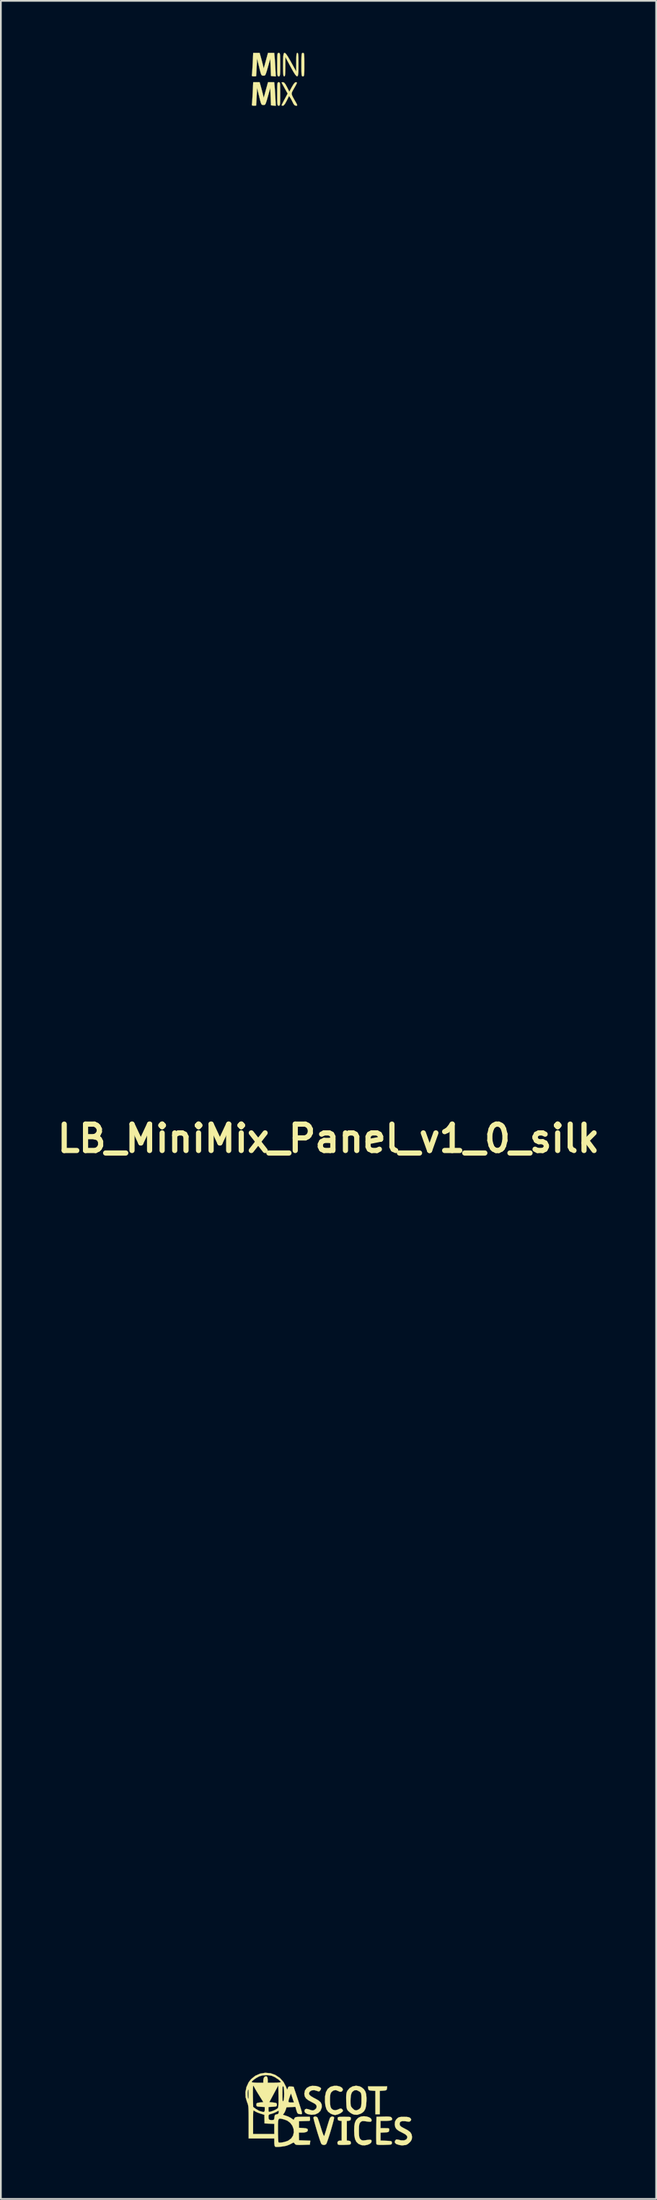
<source format=kicad_pcb>
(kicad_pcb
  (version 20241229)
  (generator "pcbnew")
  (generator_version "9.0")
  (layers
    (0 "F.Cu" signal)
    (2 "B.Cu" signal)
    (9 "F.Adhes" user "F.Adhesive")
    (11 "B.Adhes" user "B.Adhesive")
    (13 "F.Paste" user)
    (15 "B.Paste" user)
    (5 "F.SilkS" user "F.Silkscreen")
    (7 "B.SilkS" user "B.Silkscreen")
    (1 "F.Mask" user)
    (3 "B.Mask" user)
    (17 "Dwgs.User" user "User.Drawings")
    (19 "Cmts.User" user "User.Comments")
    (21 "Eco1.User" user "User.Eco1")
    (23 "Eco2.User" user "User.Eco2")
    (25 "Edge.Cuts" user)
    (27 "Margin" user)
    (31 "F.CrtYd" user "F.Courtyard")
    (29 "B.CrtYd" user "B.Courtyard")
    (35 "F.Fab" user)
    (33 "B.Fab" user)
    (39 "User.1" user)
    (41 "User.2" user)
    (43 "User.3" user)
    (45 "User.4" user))
  (footprint "LB_MiniMix_Panel_v1_0_silk"
    (layer "F.Cu")
    (at 15.937 62.701)
    (property "Reference" "LB_MiniMix_Panel_v1_0_silk" (at 0 0 0) (layer "F.SilkS") (effects (font (size 1.524 1.524) (thickness 0.3))))
    (attr through_hole)
    (fp_poly (pts (xy 3.379 54.853) (xy 3.363 54.925) (xy 3.32 54.961) (xy 3.226 54.978) (xy 3.164 54.983) (xy 2.963 54.996) (xy 2.963 56.346) (xy 2.709 56.346) (xy 2.709 54.996) (xy 2.508 54.983) (xy 2.386 54.97) (xy 2.324 54.944) (xy 2.299 54.889) (xy 2.294 54.853) (xy 2.28 54.737) (xy 3.392 54.737) (xy 3.379 54.853)) (stroke (width 0.01) (type solid)) (fill yes) (layer "F.SilkS"))
    (fp_poly (pts (xy -2.847 -62.692) (xy -2.824 -62.672) (xy -2.809 -62.624) (xy -2.8 -62.535) (xy -2.796 -62.394) (xy -2.794 -62.188) (xy -2.794 -62.018) (xy -2.794 -61.765) (xy -2.797 -61.584) (xy -2.803 -61.464) (xy -2.814 -61.391) (xy -2.832 -61.355) (xy -2.857 -61.342) (xy -2.879 -61.341) (xy -2.91 -61.345) (xy -2.933 -61.365) (xy -2.948 -61.413) (xy -2.957 -61.502) (xy -2.962 -61.643) (xy -2.963 -61.849) (xy -2.963 -62.018) (xy -2.963 -62.272) (xy -2.96 -62.452) (xy -2.954 -62.573) (xy -2.943 -62.645) (xy -2.926 -62.682) (xy -2.9 -62.694) (xy -2.879 -62.696) (xy -2.847 -62.692)) (stroke (width 0.01) (type solid)) (fill yes) (layer "F.SilkS"))
    (fp_poly (pts (xy -2.847 -60.998) (xy -2.824 -60.978) (xy -2.809 -60.93) (xy -2.8 -60.842) (xy -2.796 -60.7) (xy -2.794 -60.494) (xy -2.794 -60.325) (xy -2.794 -60.072) (xy -2.797 -59.891) (xy -2.803 -59.77) (xy -2.814 -59.698) (xy -2.832 -59.662) (xy -2.857 -59.649) (xy -2.879 -59.648) (xy -2.91 -59.652) (xy -2.933 -59.672) (xy -2.948 -59.72) (xy -2.957 -59.808) (xy -2.962 -59.95) (xy -2.963 -60.156) (xy -2.963 -60.325) (xy -2.963 -60.578) (xy -2.96 -60.759) (xy -2.954 -60.88) (xy -2.943 -60.952) (xy -2.926 -60.988) (xy -2.9 -61.001) (xy -2.879 -61.002) (xy -2.847 -60.998)) (stroke (width 0.01) (type solid)) (fill yes) (layer "F.SilkS"))
    (fp_poly (pts (xy -1.45 -62.692) (xy -1.427 -62.672) (xy -1.412 -62.624) (xy -1.403 -62.535) (xy -1.399 -62.394) (xy -1.397 -62.188) (xy -1.397 -62.018) (xy -1.397 -61.765) (xy -1.4 -61.584) (xy -1.406 -61.464) (xy -1.417 -61.391) (xy -1.435 -61.355) (xy -1.46 -61.342) (xy -1.482 -61.341) (xy -1.513 -61.345) (xy -1.536 -61.365) (xy -1.551 -61.413) (xy -1.56 -61.502) (xy -1.565 -61.643) (xy -1.566 -61.849) (xy -1.566 -62.018) (xy -1.566 -62.272) (xy -1.563 -62.452) (xy -1.557 -62.573) (xy -1.546 -62.645) (xy -1.529 -62.682) (xy -1.503 -62.694) (xy -1.482 -62.696) (xy -1.45 -62.692)) (stroke (width 0.01) (type solid)) (fill yes) (layer "F.SilkS"))
    (fp_poly (pts (xy 1.091 56.495) (xy 1.203 56.5) (xy 1.262 56.515) (xy 1.287 56.544) (xy 1.291 56.59) (xy 1.291 56.6) (xy 1.273 56.681) (xy 1.201 56.715) (xy 1.175 56.719) (xy 1.058 56.732) (xy 1.058 57.864) (xy 1.175 57.877) (xy 1.262 57.904) (xy 1.29 57.973) (xy 1.291 57.997) (xy 1.288 58.047) (xy 1.266 58.079) (xy 1.21 58.098) (xy 1.102 58.108) (xy 0.928 58.114) (xy 0.92 58.115) (xy 0.735 58.118) (xy 0.618 58.112) (xy 0.553 58.095) (xy 0.525 58.063) (xy 0.524 58.062) (xy 0.517 57.955) (xy 0.579 57.885) (xy 0.655 57.87) (xy 0.762 57.87) (xy 0.762 56.732) (xy 0.646 56.719) (xy 0.558 56.692) (xy 0.53 56.623) (xy 0.529 56.6) (xy 0.532 56.55) (xy 0.552 56.518) (xy 0.605 56.502) (xy 0.708 56.495) (xy 0.877 56.494) (xy 0.91 56.494) (xy 1.091 56.495)) (stroke (width 0.01) (type solid)) (fill yes) (layer "F.SilkS"))
    (fp_poly (pts (xy -1.775 -62.684) (xy -1.758 -62.643) (xy -1.746 -62.56) (xy -1.739 -62.425) (xy -1.736 -62.225) (xy -1.736 -62.018) (xy -1.738 -61.74) (xy -1.746 -61.535) (xy -1.765 -61.403) (xy -1.799 -61.344) (xy -1.852 -61.358) (xy -1.928 -61.447) (xy -2.031 -61.61) (xy -2.165 -61.849) (xy -2.284 -62.069) (xy -2.496 -62.463) (xy -2.497 -61.902) (xy -2.499 -61.67) (xy -2.504 -61.511) (xy -2.514 -61.411) (xy -2.531 -61.359) (xy -2.556 -61.341) (xy -2.561 -61.341) (xy -2.585 -61.352) (xy -2.603 -61.393) (xy -2.614 -61.476) (xy -2.621 -61.612) (xy -2.624 -61.812) (xy -2.625 -62.018) (xy -2.623 -62.29) (xy -2.615 -62.493) (xy -2.596 -62.629) (xy -2.564 -62.695) (xy -2.513 -62.691) (xy -2.44 -62.616) (xy -2.341 -62.469) (xy -2.212 -62.248) (xy -2.049 -61.954) (xy -2.003 -61.87) (xy -1.865 -61.616) (xy -1.864 -62.156) (xy -1.862 -62.383) (xy -1.856 -62.537) (xy -1.845 -62.633) (xy -1.827 -62.681) (xy -1.801 -62.696) (xy -1.799 -62.696) (xy -1.775 -62.684)) (stroke (width 0.01) (type solid)) (fill yes) (layer "F.SilkS"))
    (fp_poly (pts (xy 0.507 54.708) (xy 0.66 54.746) (xy 0.772 54.811) (xy 0.827 54.894) (xy 0.822 54.963) (xy 0.756 55.04) (xy 0.656 55.048) (xy 0.58 55.012) (xy 0.433 54.952) (xy 0.29 54.969) (xy 0.172 55.06) (xy 0.127 55.132) (xy 0.101 55.221) (xy 0.088 55.35) (xy 0.085 55.529) (xy 0.091 55.751) (xy 0.114 55.905) (xy 0.159 56.006) (xy 0.231 56.07) (xy 0.287 56.096) (xy 0.392 56.115) (xy 0.511 56.087) (xy 0.561 56.066) (xy 0.667 56.022) (xy 0.729 56.017) (xy 0.779 56.048) (xy 0.792 56.061) (xy 0.837 56.124) (xy 0.816 56.183) (xy 0.801 56.202) (xy 0.698 56.282) (xy 0.553 56.35) (xy 0.406 56.386) (xy 0.371 56.388) (xy 0.27 56.368) (xy 0.147 56.32) (xy 0.126 56.309) (xy -0.02 56.201) (xy -0.119 56.052) (xy -0.179 55.847) (xy -0.203 55.631) (xy -0.199 55.314) (xy -0.146 55.065) (xy -0.043 54.882) (xy 0.111 54.763) (xy 0.317 54.706) (xy 0.33 54.705) (xy 0.507 54.708)) (stroke (width 0.01) (type solid)) (fill yes) (layer "F.SilkS"))
    (fp_poly (pts (xy 3.513 56.485) (xy 3.593 56.503) (xy 3.638 56.533) (xy 3.639 56.534) (xy 3.685 56.618) (xy 3.659 56.677) (xy 3.557 56.712) (xy 3.377 56.726) (xy 3.324 56.727) (xy 3.006 56.727) (xy 3.006 57.15) (xy 3.262 57.15) (xy 3.404 57.152) (xy 3.479 57.162) (xy 3.508 57.192) (xy 3.508 57.248) (xy 3.506 57.266) (xy 3.492 57.332) (xy 3.457 57.369) (xy 3.378 57.387) (xy 3.249 57.396) (xy 3.006 57.408) (xy 3.006 57.866) (xy 3.334 57.878) (xy 3.499 57.886) (xy 3.596 57.898) (xy 3.644 57.919) (xy 3.66 57.958) (xy 3.662 57.997) (xy 3.659 58.044) (xy 3.641 58.075) (xy 3.591 58.094) (xy 3.495 58.105) (xy 3.338 58.111) (xy 3.227 58.115) (xy 3.017 58.118) (xy 2.879 58.112) (xy 2.801 58.096) (xy 2.771 58.071) (xy 2.765 58.012) (xy 2.761 57.883) (xy 2.758 57.7) (xy 2.759 57.475) (xy 2.761 57.254) (xy 2.773 56.494) (xy 3.179 56.482) (xy 3.38 56.479) (xy 3.513 56.485)) (stroke (width 0.01) (type solid)) (fill yes) (layer "F.SilkS"))
    (fp_poly (pts (xy 2.2 56.477) (xy 2.341 56.52) (xy 2.444 56.585) (xy 2.49 56.669) (xy 2.49 56.697) (xy 2.477 56.746) (xy 2.446 56.773) (xy 2.38 56.779) (xy 2.262 56.769) (xy 2.095 56.745) (xy 1.971 56.737) (xy 1.891 56.766) (xy 1.841 56.812) (xy 1.8 56.87) (xy 1.775 56.947) (xy 1.761 57.062) (xy 1.757 57.237) (xy 1.757 57.298) (xy 1.76 57.493) (xy 1.77 57.623) (xy 1.792 57.708) (xy 1.828 57.769) (xy 1.841 57.784) (xy 1.914 57.844) (xy 2.004 57.86) (xy 2.095 57.851) (xy 2.275 57.826) (xy 2.388 57.817) (xy 2.45 57.825) (xy 2.479 57.854) (xy 2.49 57.899) (xy 2.464 57.984) (xy 2.374 58.059) (xy 2.242 58.114) (xy 2.089 58.141) (xy 1.936 58.134) (xy 1.89 58.123) (xy 1.727 58.05) (xy 1.611 57.939) (xy 1.534 57.779) (xy 1.493 57.558) (xy 1.482 57.29) (xy 1.491 57.032) (xy 1.523 56.841) (xy 1.584 56.699) (xy 1.68 56.59) (xy 1.758 56.531) (xy 1.888 56.478) (xy 2.043 56.461) (xy 2.2 56.477)) (stroke (width 0.01) (type solid)) (fill yes) (layer "F.SilkS"))
    (fp_poly (pts (xy 0.311 56.513) (xy 0.322 56.532) (xy 0.317 56.589) (xy 0.29 56.711) (xy 0.246 56.88) (xy 0.189 57.082) (xy 0.126 57.3) (xy 0.059 57.518) (xy -0.006 57.721) (xy -0.063 57.891) (xy -0.109 58.014) (xy -0.138 58.071) (xy -0.22 58.117) (xy -0.323 58.115) (xy -0.405 58.067) (xy -0.417 58.05) (xy -0.451 57.966) (xy -0.501 57.825) (xy -0.561 57.641) (xy -0.627 57.433) (xy -0.693 57.214) (xy -0.755 57.001) (xy -0.808 56.81) (xy -0.848 56.656) (xy -0.869 56.557) (xy -0.871 56.528) (xy -0.815 56.481) (xy -0.728 56.478) (xy -0.651 56.52) (xy -0.646 56.526) (xy -0.618 56.584) (xy -0.574 56.707) (xy -0.517 56.878) (xy -0.454 57.079) (xy -0.442 57.12) (xy -0.381 57.313) (xy -0.326 57.468) (xy -0.282 57.571) (xy -0.255 57.609) (xy -0.251 57.606) (xy -0.228 57.546) (xy -0.188 57.422) (xy -0.136 57.255) (xy -0.086 57.087) (xy -0.027 56.893) (xy 0.026 56.725) (xy 0.068 56.602) (xy 0.091 56.547) (xy 0.157 56.488) (xy 0.243 56.476) (xy 0.311 56.513)) (stroke (width 0.01) (type solid)) (fill yes) (layer "F.SilkS"))
    (fp_poly (pts (xy -2.564 -60.976) (xy -2.493 -60.89) (xy -2.406 -60.735) (xy -2.403 -60.728) (xy -2.264 -60.453) (xy -2.116 -60.728) (xy -2.018 -60.891) (xy -1.937 -60.983) (xy -1.894 -61.002) (xy -1.848 -60.998) (xy -1.829 -60.978) (xy -1.841 -60.927) (xy -1.888 -60.833) (xy -1.974 -60.681) (xy -1.993 -60.649) (xy -2.068 -60.517) (xy -2.115 -60.422) (xy -2.13 -60.342) (xy -2.112 -60.256) (xy -2.06 -60.144) (xy -1.971 -59.986) (xy -1.929 -59.912) (xy -1.852 -59.776) (xy -1.815 -59.697) (xy -1.813 -59.659) (xy -1.844 -59.648) (xy -1.878 -59.648) (xy -1.957 -59.672) (xy -2.023 -59.756) (xy -2.051 -59.811) (xy -2.119 -59.949) (xy -2.191 -60.076) (xy -2.202 -60.093) (xy -2.28 -60.212) (xy -2.419 -59.93) (xy -2.514 -59.758) (xy -2.591 -59.666) (xy -2.634 -59.648) (xy -2.698 -59.659) (xy -2.709 -59.672) (xy -2.691 -59.718) (xy -2.641 -59.82) (xy -2.569 -59.959) (xy -2.535 -60.022) (xy -2.361 -60.346) (xy -2.535 -60.659) (xy -2.614 -60.803) (xy -2.675 -60.916) (xy -2.707 -60.98) (xy -2.709 -60.987) (xy -2.674 -61) (xy -2.625 -61.002) (xy -2.564 -60.976)) (stroke (width 0.01) (type solid)) (fill yes) (layer "F.SilkS"))
    (fp_poly (pts (xy -3.919 -62.473) (xy -3.869 -62.292) (xy -3.818 -62.095) (xy -3.8 -62.023) (xy -3.744 -61.795) (xy -3.62 -62.245) (xy -3.497 -62.696) (xy -3.139 -62.696) (xy -3.116 -62.473) (xy -3.105 -62.335) (xy -3.091 -62.142) (xy -3.078 -61.925) (xy -3.071 -61.793) (xy -3.048 -61.336) (xy -3.186 -61.349) (xy -3.323 -61.362) (xy -3.344 -61.87) (xy -3.365 -62.378) (xy -3.442 -62.103) (xy -3.514 -61.845) (xy -3.567 -61.657) (xy -3.608 -61.529) (xy -3.64 -61.448) (xy -3.669 -61.405) (xy -3.7 -61.387) (xy -3.738 -61.383) (xy -3.767 -61.383) (xy -3.819 -61.386) (xy -3.857 -61.404) (xy -3.889 -61.45) (xy -3.921 -61.538) (xy -3.96 -61.683) (xy -4.008 -61.881) (xy -4.128 -62.378) (xy -4.154 -61.87) (xy -4.164 -61.673) (xy -4.173 -61.51) (xy -4.181 -61.397) (xy -4.185 -61.352) (xy -4.185 -61.352) (xy -4.227 -61.344) (xy -4.318 -61.341) (xy -4.319 -61.341) (xy -4.407 -61.35) (xy -4.433 -61.389) (xy -4.427 -61.436) (xy -4.417 -61.513) (xy -4.406 -61.655) (xy -4.394 -61.844) (xy -4.382 -62.061) (xy -4.379 -62.114) (xy -4.352 -62.696) (xy -3.982 -62.696) (xy -3.919 -62.473)) (stroke (width 0.01) (type solid)) (fill yes) (layer "F.SilkS"))
    (fp_poly (pts (xy -3.919 -60.78) (xy -3.869 -60.599) (xy -3.818 -60.401) (xy -3.8 -60.33) (xy -3.744 -60.101) (xy -3.62 -60.552) (xy -3.497 -61.002) (xy -3.139 -61.002) (xy -3.116 -60.78) (xy -3.105 -60.641) (xy -3.091 -60.448) (xy -3.078 -60.231) (xy -3.071 -60.1) (xy -3.048 -59.642) (xy -3.186 -59.656) (xy -3.323 -59.669) (xy -3.344 -60.177) (xy -3.365 -60.685) (xy -3.442 -60.41) (xy -3.514 -60.152) (xy -3.567 -59.964) (xy -3.608 -59.836) (xy -3.64 -59.755) (xy -3.669 -59.711) (xy -3.7 -59.693) (xy -3.738 -59.69) (xy -3.767 -59.69) (xy -3.819 -59.693) (xy -3.857 -59.711) (xy -3.889 -59.757) (xy -3.921 -59.845) (xy -3.96 -59.989) (xy -4.008 -60.187) (xy -4.128 -60.685) (xy -4.154 -60.177) (xy -4.164 -59.98) (xy -4.173 -59.816) (xy -4.181 -59.704) (xy -4.185 -59.658) (xy -4.185 -59.658) (xy -4.227 -59.651) (xy -4.318 -59.648) (xy -4.319 -59.648) (xy -4.407 -59.657) (xy -4.433 -59.696) (xy -4.427 -59.743) (xy -4.417 -59.819) (xy -4.406 -59.961) (xy -4.394 -60.151) (xy -4.382 -60.368) (xy -4.379 -60.42) (xy -4.352 -61.002) (xy -3.982 -61.002) (xy -3.919 -60.78)) (stroke (width 0.01) (type solid)) (fill yes) (layer "F.SilkS"))
    (fp_poly (pts (xy -0.712 54.714) (xy -0.581 54.752) (xy -0.469 54.807) (xy -0.43 54.859) (xy -0.454 54.929) (xy -0.482 54.971) (xy -0.536 55.024) (xy -0.603 55.021) (xy -0.654 55) (xy -0.822 54.953) (xy -0.973 54.966) (xy -1.077 55.03) (xy -1.129 55.119) (xy -1.115 55.205) (xy -1.03 55.293) (xy -0.869 55.391) (xy -0.786 55.433) (xy -0.584 55.545) (xy -0.457 55.657) (xy -0.395 55.782) (xy -0.391 55.931) (xy -0.398 55.978) (xy -0.469 56.151) (xy -0.602 56.279) (xy -0.779 56.357) (xy -0.988 56.377) (xy -1.212 56.334) (xy -1.228 56.328) (xy -1.34 56.262) (xy -1.391 56.176) (xy -1.373 56.089) (xy -1.344 56.058) (xy -1.281 56.036) (xy -1.178 56.053) (xy -1.094 56.081) (xy -0.972 56.121) (xy -0.896 56.128) (xy -0.829 56.103) (xy -0.786 56.076) (xy -0.702 55.996) (xy -0.685 55.896) (xy -0.685 55.888) (xy -0.706 55.819) (xy -0.763 55.759) (xy -0.872 55.693) (xy -0.968 55.645) (xy -1.171 55.535) (xy -1.303 55.427) (xy -1.374 55.308) (xy -1.397 55.166) (xy -1.397 55.156) (xy -1.359 54.971) (xy -1.253 54.827) (xy -1.087 54.734) (xy -0.949 54.706) (xy -0.712 54.714)) (stroke (width 0.01) (type solid)) (fill yes) (layer "F.SilkS"))
    (fp_poly (pts (xy 4.536 56.5) (xy 4.649 56.521) (xy 4.721 56.561) (xy 4.729 56.569) (xy 4.778 56.642) (xy 4.759 56.713) (xy 4.756 56.717) (xy 4.683 56.771) (xy 4.63 56.775) (xy 4.402 56.743) (xy 4.244 56.745) (xy 4.15 56.785) (xy 4.112 56.866) (xy 4.114 56.947) (xy 4.145 57.014) (xy 4.229 57.083) (xy 4.379 57.164) (xy 4.397 57.173) (xy 4.6 57.283) (xy 4.731 57.39) (xy 4.802 57.508) (xy 4.826 57.65) (xy 4.826 57.667) (xy 4.811 57.794) (xy 4.755 57.899) (xy 4.682 57.98) (xy 4.579 58.066) (xy 4.485 58.117) (xy 4.453 58.124) (xy 4.353 58.132) (xy 4.311 58.14) (xy 4.236 58.142) (xy 4.119 58.126) (xy 4.078 58.117) (xy 3.919 58.065) (xy 3.84 57.996) (xy 3.836 57.906) (xy 3.853 57.868) (xy 3.913 57.803) (xy 3.994 57.807) (xy 4.198 57.855) (xy 4.368 57.855) (xy 4.486 57.807) (xy 4.503 57.792) (xy 4.559 57.693) (xy 4.539 57.6) (xy 4.442 57.507) (xy 4.263 57.41) (xy 4.262 57.409) (xy 4.061 57.306) (xy 3.931 57.205) (xy 3.859 57.093) (xy 3.832 56.955) (xy 3.831 56.914) (xy 3.846 56.769) (xy 3.903 56.661) (xy 3.949 56.611) (xy 4.02 56.548) (xy 4.095 56.513) (xy 4.2 56.497) (xy 4.36 56.494) (xy 4.536 56.5)) (stroke (width 0.01) (type solid)) (fill yes) (layer "F.SilkS"))
    (fp_poly (pts (xy 1.793 54.732) (xy 1.909 54.791) (xy 2.039 54.897) (xy 2.126 55.023) (xy 2.176 55.185) (xy 2.194 55.401) (xy 2.192 55.585) (xy 2.173 55.84) (xy 2.131 56.027) (xy 2.058 56.163) (xy 1.948 56.263) (xy 1.847 56.319) (xy 1.659 56.379) (xy 1.483 56.367) (xy 1.376 56.328) (xy 1.256 56.256) (xy 1.145 56.159) (xy 1.143 56.157) (xy 1.095 56.099) (xy 1.064 56.035) (xy 1.044 55.945) (xy 1.033 55.812) (xy 1.025 55.614) (xy 1.024 55.591) (xy 1.024 55.564) (xy 1.27 55.564) (xy 1.272 55.731) (xy 1.285 55.84) (xy 1.314 55.915) (xy 1.367 55.983) (xy 1.398 56.015) (xy 1.496 56.098) (xy 1.58 56.123) (xy 1.641 56.115) (xy 1.757 56.062) (xy 1.831 56.001) (xy 1.868 55.938) (xy 1.891 55.846) (xy 1.902 55.706) (xy 1.905 55.519) (xy 1.904 55.332) (xy 1.896 55.211) (xy 1.879 55.134) (xy 1.846 55.083) (xy 1.793 55.036) (xy 1.793 55.036) (xy 1.643 54.958) (xy 1.504 54.959) (xy 1.386 55.04) (xy 1.332 55.121) (xy 1.295 55.246) (xy 1.274 55.433) (xy 1.27 55.564) (xy 1.024 55.564) (xy 1.021 55.376) (xy 1.026 55.225) (xy 1.042 55.117) (xy 1.072 55.032) (xy 1.091 54.994) (xy 1.222 54.836) (xy 1.397 54.735) (xy 1.595 54.699) (xy 1.793 54.732)) (stroke (width 0.01) (type solid)) (fill yes) (layer "F.SilkS"))
    (fp_poly (pts (xy -3.357 53.977) (xy -3.081 54.073) (xy -2.815 54.248) (xy -2.603 54.482) (xy -2.462 54.751) (xy -2.416 54.869) (xy -2.389 54.917) (xy -2.37 54.902) (xy -2.354 54.847) (xy -2.325 54.771) (xy -2.269 54.743) (xy -2.172 54.745) (xy -2.018 54.758) (xy -1.796 55.423) (xy -1.719 55.657) (xy -1.65 55.871) (xy -1.594 56.05) (xy -1.556 56.176) (xy -1.545 56.22) (xy -1.531 56.309) (xy -1.557 56.341) (xy -1.644 56.339) (xy -1.656 56.338) (xy -1.743 56.322) (xy -1.795 56.279) (xy -1.834 56.188) (xy -1.854 56.121) (xy -1.911 55.918) (xy -2.169 55.931) (xy -2.426 55.944) (xy -2.484 56.113) (xy -2.535 56.231) (xy -2.591 56.317) (xy -2.605 56.33) (xy -2.631 56.363) (xy -2.596 56.391) (xy -2.49 56.423) (xy -2.488 56.424) (xy -2.332 56.479) (xy -2.182 56.557) (xy -2.16 56.571) (xy -2.013 56.673) (xy -1.968 56.583) (xy -1.941 56.542) (xy -1.897 56.516) (xy -1.82 56.502) (xy -1.691 56.495) (xy -1.502 56.494) (xy -1.079 56.494) (xy -1.066 56.61) (xy -1.073 56.703) (xy -1.108 56.729) (xy -1.178 56.732) (xy -1.303 56.736) (xy -1.435 56.74) (xy -1.706 56.748) (xy -1.707 57.129) (xy -1.465 57.142) (xy -1.299 57.161) (xy -1.213 57.197) (xy -1.2 57.216) (xy -1.2 57.306) (xy -1.276 57.369) (xy -1.419 57.401) (xy -1.497 57.404) (xy -1.714 57.404) (xy -1.709 57.626) (xy -1.704 57.849) (xy -1.053 57.873) (xy -1.066 57.988) (xy -1.079 58.102) (xy -1.491 58.115) (xy -1.683 58.119) (xy -1.808 58.115) (xy -1.885 58.102) (xy -1.929 58.076) (xy -1.955 58.043) (xy -1.995 57.989) (xy -2.037 57.983) (xy -2.115 58.023) (xy -2.136 58.036) (xy -2.272 58.104) (xy -2.413 58.158) (xy -2.548 58.189) (xy -2.71 58.213) (xy -2.871 58.229) (xy -3.004 58.233) (xy -3.08 58.224) (xy -3.114 58.167) (xy -3.131 58.04) (xy -3.133 57.972) (xy -3.133 57.743) (xy -4.614 57.743) (xy -4.614 56.796) (xy -4.614 56.784) (xy -4.36 56.784) (xy -4.36 57.489) (xy -3.133 57.489) (xy -3.133 57.122) (xy -2.921 57.122) (xy -2.921 57.27) (xy -2.919 57.5) (xy -2.914 57.701) (xy -2.906 57.856) (xy -2.896 57.95) (xy -2.89 57.972) (xy -2.824 57.988) (xy -2.705 57.979) (xy -2.559 57.95) (xy -2.412 57.905) (xy -2.319 57.865) (xy -2.152 57.739) (xy -2.047 57.576) (xy -2.004 57.389) (xy -2.019 57.195) (xy -2.089 57.009) (xy -2.211 56.843) (xy -2.382 56.715) (xy -2.556 56.648) (xy -2.69 56.614) (xy -2.786 56.596) (xy -2.852 56.605) (xy -2.892 56.652) (xy -2.912 56.747) (xy -2.92 56.9) (xy -2.921 57.122) (xy -3.133 57.122) (xy -3.133 56.9) (xy -3.414 56.887) (xy -3.696 56.875) (xy -3.7 56.627) (xy -3.702 56.491) (xy -3.471 56.491) (xy -3.461 56.61) (xy -3.417 56.667) (xy -3.317 56.684) (xy -3.276 56.684) (xy -3.185 56.677) (xy -3.143 56.638) (xy -3.126 56.543) (xy -3.125 56.526) (xy -3.107 56.419) (xy -3.066 56.37) (xy -2.995 56.353) (xy -2.908 56.326) (xy -2.879 56.257) (xy -2.879 56.237) (xy -2.879 56.134) (xy -3.037 56.219) (xy -3.175 56.281) (xy -3.312 56.325) (xy -3.333 56.329) (xy -3.429 56.358) (xy -3.466 56.414) (xy -3.471 56.491) (xy -3.702 56.491) (xy -3.704 56.379) (xy -3.951 56.302) (xy -4.098 56.249) (xy -4.222 56.19) (xy -4.279 56.152) (xy -4.309 56.128) (xy -4.33 56.125) (xy -4.345 56.153) (xy -4.354 56.224) (xy -4.358 56.348) (xy -4.36 56.536) (xy -4.36 56.784) (xy -4.614 56.784) (xy -4.615 56.485) (xy -4.617 56.247) (xy -4.622 56.068) (xy -4.63 55.935) (xy -4.644 55.836) (xy -4.663 55.757) (xy -4.689 55.686) (xy -4.708 55.642) (xy -4.791 55.363) (xy -4.796 55.185) (xy -4.68 55.185) (xy -4.673 55.31) (xy -4.658 55.41) (xy -4.636 55.456) (xy -4.633 55.457) (xy -4.624 55.418) (xy -4.619 55.315) (xy -4.618 55.17) (xy -4.618 55.15) (xy -4.621 55.008) (xy -4.371 55.008) (xy -4.37 55.213) (xy -4.369 55.308) (xy -4.356 55.921) (xy -4.213 56.031) (xy -4.006 56.152) (xy -3.796 56.212) (xy -3.757 56.215) (xy -3.705 56.197) (xy -3.685 56.122) (xy -3.683 56.073) (xy -3.683 55.927) (xy -3.471 55.927) (xy -3.471 56.077) (xy -3.466 56.176) (xy -3.438 56.211) (xy -3.367 56.202) (xy -3.355 56.199) (xy -3.232 56.159) (xy -3.103 56.106) (xy -2.998 56.047) (xy -2.925 55.99) (xy -2.922 55.987) (xy -2.903 55.918) (xy -2.891 55.771) (xy -2.887 55.603) (xy -2.318 55.603) (xy -2.298 55.65) (xy -2.234 55.667) (xy -2.162 55.668) (xy -1.995 55.668) (xy -2.173 55.141) (xy -2.248 55.352) (xy -2.3 55.509) (xy -2.318 55.603) (xy -2.887 55.603) (xy -2.886 55.55) (xy -2.888 55.303) (xy -2.891 55.16) (xy -2.667 55.16) (xy -2.665 55.371) (xy -2.659 55.507) (xy -2.648 55.58) (xy -2.629 55.6) (xy -2.614 55.59) (xy -2.584 55.513) (xy -2.566 55.358) (xy -2.561 55.16) (xy -2.568 54.94) (xy -2.587 54.794) (xy -2.614 54.731) (xy -2.637 54.723) (xy -2.653 54.762) (xy -2.662 54.858) (xy -2.666 55.022) (xy -2.667 55.16) (xy -2.891 55.16) (xy -2.9 54.673) (xy -3.422 55.647) (xy -3.203 55.668) (xy -3.075 55.685) (xy -3.01 55.709) (xy -2.987 55.755) (xy -2.985 55.795) (xy -2.991 55.855) (xy -3.024 55.889) (xy -3.103 55.905) (xy -3.228 55.914) (xy -3.471 55.927) (xy -3.683 55.927) (xy -3.926 55.914) (xy -4.064 55.904) (xy -4.136 55.886) (xy -4.165 55.85) (xy -4.17 55.795) (xy -4.161 55.73) (xy -4.119 55.695) (xy -4.023 55.675) (xy -3.968 55.668) (xy -3.766 55.647) (xy -4.042 55.204) (xy -4.148 55.031) (xy -4.235 54.884) (xy -4.294 54.778) (xy -4.318 54.728) (xy -4.318 54.727) (xy -4.348 54.695) (xy -4.35 54.695) (xy -4.36 54.734) (xy -4.367 54.844) (xy -4.371 55.008) (xy -4.621 55.008) (xy -4.621 54.999) (xy -4.628 54.924) (xy -4.641 54.917) (xy -4.661 54.968) (xy -4.662 54.97) (xy -4.677 55.062) (xy -4.68 55.185) (xy -4.796 55.185) (xy -4.8 55.067) (xy -4.741 54.774) (xy -4.616 54.503) (xy -4.602 54.485) (xy -4.445 54.485) (xy -4.406 54.504) (xy -4.302 54.518) (xy -4.154 54.525) (xy -4.106 54.525) (xy -3.768 54.525) (xy -3.768 54.382) (xy -3.744 54.253) (xy -3.682 54.172) (xy -3.596 54.154) (xy -3.578 54.159) (xy -3.529 54.223) (xy -3.514 54.355) (xy -3.514 54.525) (xy -3.133 54.525) (xy -2.963 54.521) (xy -2.832 54.51) (xy -2.76 54.494) (xy -2.752 54.485) (xy -2.783 54.437) (xy -2.86 54.365) (xy -2.889 54.342) (xy -3.093 54.206) (xy -3.276 54.126) (xy -3.471 54.091) (xy -3.598 54.086) (xy -3.814 54.102) (xy -4 54.155) (xy -4.188 54.258) (xy -4.307 54.342) (xy -4.394 54.416) (xy -4.442 54.474) (xy -4.445 54.485) (xy -4.602 54.485) (xy -4.475 54.32) (xy -4.233 54.126) (xy -3.956 54.003) (xy -3.659 53.952) (xy -3.357 53.977)) (stroke (width 0.01) (type solid)) (fill yes) (layer "F.SilkS")))
  (gr_rect
    (start -3 -3)
    (end 34.873 123.939)
    (stroke (width 0.1) (type default))
    (fill no)
    (layer "Edge.Cuts")))
</source>
